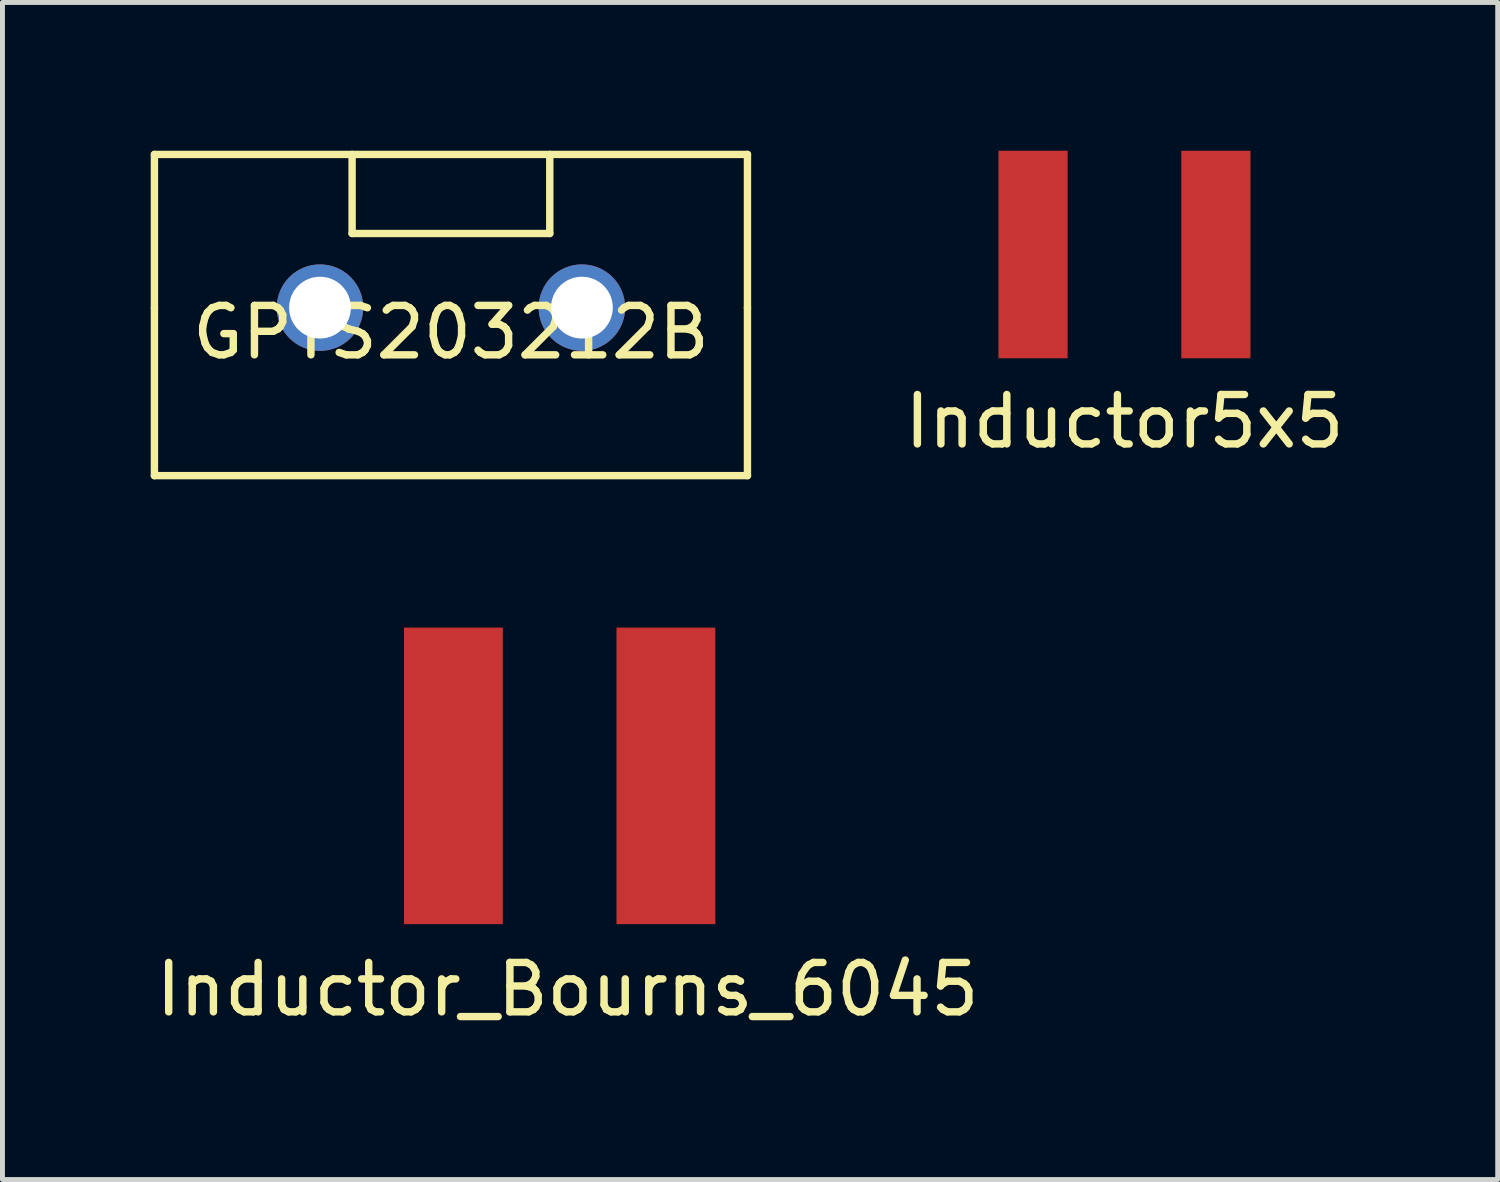
<source format=kicad_pcb>
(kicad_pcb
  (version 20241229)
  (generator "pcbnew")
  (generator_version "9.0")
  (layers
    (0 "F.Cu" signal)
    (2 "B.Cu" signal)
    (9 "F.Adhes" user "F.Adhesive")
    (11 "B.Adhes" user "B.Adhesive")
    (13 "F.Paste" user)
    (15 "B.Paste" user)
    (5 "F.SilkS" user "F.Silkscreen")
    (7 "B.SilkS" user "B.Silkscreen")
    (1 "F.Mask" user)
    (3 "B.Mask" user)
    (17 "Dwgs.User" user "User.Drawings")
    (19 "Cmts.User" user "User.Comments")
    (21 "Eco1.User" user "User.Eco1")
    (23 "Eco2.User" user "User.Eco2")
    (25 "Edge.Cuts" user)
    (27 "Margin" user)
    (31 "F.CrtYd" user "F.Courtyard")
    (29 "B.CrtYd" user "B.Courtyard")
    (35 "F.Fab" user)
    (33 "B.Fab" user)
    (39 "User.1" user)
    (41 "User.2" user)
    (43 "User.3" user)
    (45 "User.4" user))
  (footprint "Inductor_Bourns_6045"
    (layer "F.Cu")
    (at 6.125 12.65)
    (property "Reference" "Inductor_Bourns_6045" (at 2.31 4.32 0) (layer "F.SilkS") (effects (font (size 1 1) (thickness 0.15))))
    (attr through_hole)
    (pad "1" smd rect (at 0 0) (size 2 6) (layers "F.Cu" "F.Mask" "F.Paste"))
    (pad "2" smd rect (at 4.3 0) (size 2 6) (layers "F.Cu" "F.Mask" "F.Paste")))
  (footprint "Inductor5x5"
    (layer "F.Cu")
    (at 19.704 2.1)
    (property "Reference" "Inductor5x5" (at 0 3.378 0) (layer "F.SilkS") (effects (font (size 1 1) (thickness 0.15))))
    (attr through_hole)
    (pad "1" smd rect (at -1.85 0) (size 1.4 4.2) (layers "F.Cu" "F.Mask" "F.Paste"))
    (pad "2" smd rect (at 1.85 0) (size 1.4 4.2) (layers "F.Cu" "F.Mask" "F.Paste")))
  (footprint "GPTS203212B"
    (layer "F.Cu")
    (at 6.075 3.175)
    (property "Reference" "GPTS203212B" (at 0 0.5 0) (layer "F.SilkS") (effects (font (size 1 1) (thickness 0.15))))
    (attr through_hole)
    (fp_line (start -6 -3.1) (end 6 -3.1) (stroke (width 0.15) (type solid)) (layer "F.SilkS"))
    (fp_line (start -6 0) (end -6 -3.1) (stroke (width 0.15) (type solid)) (layer "F.SilkS"))
    (fp_line (start -6 0) (end -6 3.4) (stroke (width 0.15) (type solid)) (layer "F.SilkS"))
    (fp_line (start -6 3.4) (end 6 3.4) (stroke (width 0.15) (type solid)) (layer "F.SilkS"))
    (fp_line (start -2 -3.1) (end -2 -1.5) (stroke (width 0.15) (type solid)) (layer "F.SilkS"))
    (fp_line (start -2 -1.5) (end 2 -1.5) (stroke (width 0.15) (type solid)) (layer "F.SilkS"))
    (fp_line (start 2 -1.5) (end 2 -3.1) (stroke (width 0.15) (type solid)) (layer "F.SilkS"))
    (fp_line (start 6 -3.1) (end 6 0) (stroke (width 0.15) (type solid)) (layer "F.SilkS"))
    (fp_line (start 6 3.4) (end 6 0) (stroke (width 0.15) (type solid)) (layer "F.SilkS"))
    (pad "1" thru_hole circle (at -2.65 0) (size 1.75 1.75) (drill 1.25) (layers "*.Cu" "*.Mask"))
    (pad "2" thru_hole circle (at 2.65 0) (size 1.75 1.75) (drill 1.25) (layers "*.Cu" "*.Mask")))
  (gr_rect
    (start -3 -3)
    (end 27.257 20.818)
    (stroke (width 0.1) (type default))
    (fill no)
    (layer "Edge.Cuts")))
</source>
